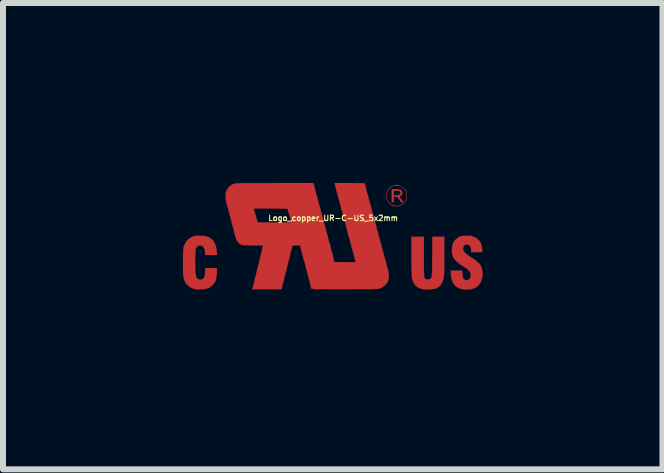
<source format=kicad_pcb>
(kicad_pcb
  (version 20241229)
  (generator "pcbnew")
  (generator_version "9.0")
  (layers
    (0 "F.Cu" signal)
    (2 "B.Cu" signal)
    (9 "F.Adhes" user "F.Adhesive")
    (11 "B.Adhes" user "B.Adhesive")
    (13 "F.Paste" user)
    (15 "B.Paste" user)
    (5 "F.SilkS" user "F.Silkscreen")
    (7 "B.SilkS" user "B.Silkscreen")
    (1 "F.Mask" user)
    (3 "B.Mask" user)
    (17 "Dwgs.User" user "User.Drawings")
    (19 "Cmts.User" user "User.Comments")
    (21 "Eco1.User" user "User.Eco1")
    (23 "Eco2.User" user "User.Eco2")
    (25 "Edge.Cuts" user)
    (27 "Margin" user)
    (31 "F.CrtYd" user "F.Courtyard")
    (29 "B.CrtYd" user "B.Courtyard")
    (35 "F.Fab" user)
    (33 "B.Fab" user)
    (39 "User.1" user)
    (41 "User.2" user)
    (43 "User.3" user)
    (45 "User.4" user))
  (footprint "Logo_copper_UR-C-US_5x2mm"
    (layer "F.Cu")
    (at 2.506 0.888)
    (property "Reference" "Logo_copper_UR-C-US_5x2mm" (at 0 -0.3 0) (layer "F.SilkS") (effects (font (size 0.091 0.091) (thickness 0.018))))
    (attr through_hole)
    (fp_poly (pts (xy 1.171 -0.569) (xy 1.166 -0.564) (xy 1.156 -0.564) (xy 1.143 -0.566) (xy 1.133 -0.572) (xy 1.13 -0.574) (xy 1.12 -0.584) (xy 1.113 -0.597) (xy 1.105 -0.61) (xy 1.092 -0.625) (xy 1.085 -0.635) (xy 1.072 -0.648) (xy 1.062 -0.655) (xy 1.049 -0.658) (xy 1.036 -0.658) (xy 1.011 -0.658) (xy 1.011 -0.61) (xy 1.011 -0.564) (xy 0.993 -0.564) (xy 0.978 -0.564) (xy 0.978 -0.673) (xy 0.978 -0.782) (xy 1.041 -0.782) (xy 1.077 -0.78) (xy 1.102 -0.777) (xy 1.12 -0.775) (xy 1.135 -0.767) (xy 1.143 -0.757) (xy 1.146 -0.752) (xy 1.156 -0.726) (xy 1.153 -0.704) (xy 1.14 -0.681) (xy 1.128 -0.671) (xy 1.128 -0.716) (xy 1.125 -0.732) (xy 1.115 -0.742) (xy 1.11 -0.749) (xy 1.102 -0.752) (xy 1.092 -0.754) (xy 1.077 -0.754) (xy 1.057 -0.754) (xy 1.011 -0.754) (xy 1.011 -0.719) (xy 1.011 -0.681) (xy 1.052 -0.681) (xy 1.072 -0.683) (xy 1.09 -0.686) (xy 1.102 -0.688) (xy 1.105 -0.688) (xy 1.12 -0.701) (xy 1.128 -0.716) (xy 1.128 -0.671) (xy 1.115 -0.66) (xy 1.113 -0.66) (xy 1.105 -0.658) (xy 1.105 -0.655) (xy 1.107 -0.648) (xy 1.118 -0.638) (xy 1.12 -0.635) (xy 1.135 -0.62) (xy 1.146 -0.602) (xy 1.151 -0.594) (xy 1.158 -0.582) (xy 1.163 -0.574) (xy 1.166 -0.574) (xy 1.171 -0.569)) (stroke (width 0.003) (type solid)) (fill yes) (layer "F.Cu"))
    (fp_poly (pts (xy 1.854 0.328) (xy 1.854 0.401) (xy 1.854 0.465) (xy 1.854 0.518) (xy 1.854 0.564) (xy 1.852 0.597) (xy 1.852 0.622) (xy 1.852 0.64) (xy 1.849 0.648) (xy 1.849 0.65) (xy 1.847 0.655) (xy 1.844 0.671) (xy 1.844 0.676) (xy 1.844 0.691) (xy 1.844 0.701) (xy 1.844 0.704) (xy 1.841 0.714) (xy 1.836 0.729) (xy 1.831 0.744) (xy 1.816 0.782) (xy 1.793 0.815) (xy 1.773 0.836) (xy 1.763 0.846) (xy 1.755 0.848) (xy 1.748 0.853) (xy 1.745 0.856) (xy 1.737 0.861) (xy 1.722 0.869) (xy 1.702 0.874) (xy 1.699 0.876) (xy 1.674 0.881) (xy 1.638 0.884) (xy 1.603 0.889) (xy 1.565 0.889) (xy 1.529 0.889) (xy 1.499 0.886) (xy 1.494 0.884) (xy 1.466 0.879) (xy 1.435 0.866) (xy 1.407 0.851) (xy 1.387 0.836) (xy 1.367 0.813) (xy 1.346 0.785) (xy 1.331 0.754) (xy 1.323 0.732) (xy 1.318 0.714) (xy 1.316 0.696) (xy 1.313 0.676) (xy 1.311 0.648) (xy 1.311 0.617) (xy 1.308 0.582) (xy 1.308 0.538) (xy 1.306 0.49) (xy 1.306 0.432) (xy 1.306 0.363) (xy 1.306 0.297) (xy 1.306 0.01) (xy 1.41 0.01) (xy 1.514 0.01) (xy 1.514 0.312) (xy 1.514 0.386) (xy 1.514 0.45) (xy 1.514 0.505) (xy 1.514 0.551) (xy 1.516 0.589) (xy 1.516 0.622) (xy 1.519 0.648) (xy 1.519 0.668) (xy 1.521 0.683) (xy 1.524 0.693) (xy 1.527 0.701) (xy 1.529 0.704) (xy 1.542 0.716) (xy 1.562 0.724) (xy 1.585 0.724) (xy 1.608 0.719) (xy 1.626 0.706) (xy 1.628 0.706) (xy 1.636 0.696) (xy 1.643 0.683) (xy 1.646 0.665) (xy 1.648 0.655) (xy 1.648 0.643) (xy 1.648 0.622) (xy 1.651 0.592) (xy 1.651 0.556) (xy 1.651 0.513) (xy 1.651 0.465) (xy 1.651 0.414) (xy 1.654 0.358) (xy 1.654 0.312) (xy 1.654 0.01) (xy 1.753 0.01) (xy 1.854 0.01) (xy 1.854 0.328)) (stroke (width 0.003) (type solid)) (fill yes) (layer "F.Cu"))
    (fp_poly (pts (xy 1.229 -0.678) (xy 1.229 -0.643) (xy 1.224 -0.615) (xy 1.224 -0.671) (xy 1.224 -0.676) (xy 1.224 -0.701) (xy 1.224 -0.719) (xy 1.222 -0.732) (xy 1.217 -0.742) (xy 1.212 -0.754) (xy 1.212 -0.757) (xy 1.196 -0.777) (xy 1.173 -0.798) (xy 1.151 -0.818) (xy 1.128 -0.831) (xy 1.123 -0.833) (xy 1.102 -0.838) (xy 1.077 -0.841) (xy 1.046 -0.841) (xy 1.016 -0.838) (xy 0.993 -0.831) (xy 0.986 -0.828) (xy 0.953 -0.808) (xy 0.927 -0.78) (xy 0.904 -0.744) (xy 0.892 -0.706) (xy 0.886 -0.671) (xy 0.894 -0.632) (xy 0.909 -0.597) (xy 0.93 -0.564) (xy 0.94 -0.554) (xy 0.955 -0.541) (xy 0.975 -0.528) (xy 0.996 -0.518) (xy 1.013 -0.513) (xy 1.016 -0.513) (xy 1.029 -0.511) (xy 1.034 -0.505) (xy 1.039 -0.503) (xy 1.054 -0.503) (xy 1.059 -0.5) (xy 1.074 -0.503) (xy 1.082 -0.505) (xy 1.085 -0.505) (xy 1.092 -0.511) (xy 1.1 -0.513) (xy 1.118 -0.516) (xy 1.138 -0.526) (xy 1.161 -0.541) (xy 1.181 -0.561) (xy 1.201 -0.579) (xy 1.212 -0.594) (xy 1.217 -0.607) (xy 1.222 -0.617) (xy 1.222 -0.63) (xy 1.224 -0.648) (xy 1.224 -0.671) (xy 1.224 -0.615) (xy 1.217 -0.592) (xy 1.201 -0.572) (xy 1.181 -0.551) (xy 1.153 -0.531) (xy 1.146 -0.526) (xy 1.128 -0.513) (xy 1.113 -0.505) (xy 1.1 -0.503) (xy 1.082 -0.5) (xy 1.072 -0.5) (xy 1.052 -0.498) (xy 1.034 -0.498) (xy 1.021 -0.5) (xy 1.003 -0.505) (xy 0.98 -0.518) (xy 0.958 -0.533) (xy 0.937 -0.549) (xy 0.93 -0.556) (xy 0.912 -0.582) (xy 0.897 -0.612) (xy 0.886 -0.645) (xy 0.884 -0.658) (xy 0.884 -0.691) (xy 0.892 -0.726) (xy 0.907 -0.759) (xy 0.93 -0.792) (xy 0.937 -0.8) (xy 0.958 -0.818) (xy 0.98 -0.831) (xy 1.001 -0.841) (xy 1.019 -0.843) (xy 1.029 -0.846) (xy 1.034 -0.848) (xy 1.041 -0.853) (xy 1.054 -0.853) (xy 1.069 -0.853) (xy 1.082 -0.851) (xy 1.087 -0.848) (xy 1.097 -0.846) (xy 1.113 -0.841) (xy 1.115 -0.838) (xy 1.133 -0.831) (xy 1.153 -0.818) (xy 1.176 -0.8) (xy 1.196 -0.782) (xy 1.212 -0.765) (xy 1.219 -0.754) (xy 1.224 -0.742) (xy 1.227 -0.729) (xy 1.229 -0.711) (xy 1.229 -0.688) (xy 1.229 -0.678)) (stroke (width 0.003) (type solid)) (fill yes) (layer "F.Cu"))
    (fp_poly (pts (xy -1.935 0.315) (xy -2.035 0.315) (xy -2.134 0.315) (xy -2.136 0.272) (xy -2.141 0.236) (xy -2.151 0.206) (xy -2.164 0.18) (xy -2.179 0.165) (xy -2.189 0.16) (xy -2.215 0.155) (xy -2.24 0.157) (xy -2.263 0.168) (xy -2.278 0.185) (xy -2.283 0.193) (xy -2.289 0.211) (xy -2.294 0.241) (xy -2.296 0.279) (xy -2.299 0.325) (xy -2.301 0.378) (xy -2.301 0.434) (xy -2.299 0.495) (xy -2.299 0.549) (xy -2.296 0.594) (xy -2.294 0.63) (xy -2.289 0.658) (xy -2.283 0.678) (xy -2.278 0.693) (xy -2.273 0.701) (xy -2.253 0.716) (xy -2.228 0.724) (xy -2.202 0.724) (xy -2.187 0.721) (xy -2.172 0.711) (xy -2.159 0.699) (xy -2.151 0.686) (xy -2.151 0.678) (xy -2.146 0.668) (xy -2.144 0.665) (xy -2.141 0.66) (xy -2.139 0.645) (xy -2.136 0.622) (xy -2.136 0.599) (xy -2.134 0.533) (xy -2.035 0.533) (xy -1.938 0.533) (xy -1.938 0.582) (xy -1.938 0.617) (xy -1.943 0.653) (xy -1.948 0.688) (xy -1.953 0.721) (xy -1.958 0.737) (xy -1.976 0.772) (xy -2.002 0.805) (xy -2.032 0.836) (xy -2.065 0.861) (xy -2.073 0.864) (xy -2.093 0.871) (xy -2.121 0.879) (xy -2.154 0.884) (xy -2.189 0.889) (xy -2.228 0.889) (xy -2.261 0.889) (xy -2.289 0.886) (xy -2.296 0.884) (xy -2.319 0.879) (xy -2.342 0.871) (xy -2.362 0.864) (xy -2.377 0.859) (xy -2.385 0.851) (xy -2.393 0.846) (xy -2.395 0.843) (xy -2.403 0.841) (xy -2.413 0.831) (xy -2.426 0.818) (xy -2.441 0.803) (xy -2.454 0.79) (xy -2.464 0.777) (xy -2.466 0.772) (xy -2.469 0.765) (xy -2.474 0.752) (xy -2.477 0.747) (xy -2.482 0.734) (xy -2.484 0.726) (xy -2.484 0.724) (xy -2.487 0.719) (xy -2.489 0.714) (xy -2.492 0.701) (xy -2.497 0.683) (xy -2.499 0.66) (xy -2.502 0.63) (xy -2.504 0.594) (xy -2.504 0.551) (xy -2.504 0.498) (xy -2.504 0.442) (xy -2.504 0.376) (xy -2.504 0.32) (xy -2.502 0.274) (xy -2.499 0.236) (xy -2.497 0.206) (xy -2.494 0.185) (xy -2.489 0.17) (xy -2.489 0.168) (xy -2.484 0.16) (xy -2.474 0.132) (xy -2.459 0.104) (xy -2.436 0.074) (xy -2.41 0.051) (xy -2.385 0.03) (xy -2.377 0.025) (xy -2.352 0.015) (xy -2.332 0.005) (xy -2.319 0.003) (xy -2.319 0) (xy -2.309 0) (xy -2.304 -0.003) (xy -2.294 -0.005) (xy -2.276 -0.005) (xy -2.253 -0.008) (xy -2.228 -0.008) (xy -2.2 -0.005) (xy -2.177 -0.005) (xy -2.156 -0.003) (xy -2.144 -0.003) (xy -2.139 0) (xy -2.131 0) (xy -2.129 0) (xy -2.121 0) (xy -2.113 0.003) (xy -2.101 0.008) (xy -2.085 0.015) (xy -2.07 0.023) (xy -2.055 0.03) (xy -2.037 0.043) (xy -2.019 0.056) (xy -2.004 0.069) (xy -1.996 0.079) (xy -1.994 0.081) (xy -1.991 0.089) (xy -1.986 0.102) (xy -1.979 0.114) (xy -1.961 0.15) (xy -1.948 0.196) (xy -1.941 0.249) (xy -1.941 0.262) (xy -1.935 0.315)) (stroke (width 0.003) (type solid)) (fill yes) (layer "F.Cu"))
    (fp_poly (pts (xy 2.492 0.635) (xy 2.492 0.653) (xy 2.489 0.668) (xy 2.489 0.676) (xy 2.484 0.681) (xy 2.487 0.691) (xy 2.487 0.701) (xy 2.482 0.706) (xy 2.477 0.714) (xy 2.477 0.719) (xy 2.474 0.729) (xy 2.471 0.744) (xy 2.466 0.759) (xy 2.456 0.775) (xy 2.446 0.792) (xy 2.431 0.813) (xy 2.418 0.828) (xy 2.405 0.838) (xy 2.398 0.843) (xy 2.395 0.843) (xy 2.388 0.848) (xy 2.385 0.851) (xy 2.377 0.856) (xy 2.365 0.864) (xy 2.347 0.871) (xy 2.344 0.874) (xy 2.327 0.879) (xy 2.309 0.884) (xy 2.291 0.886) (xy 2.268 0.886) (xy 2.243 0.889) (xy 2.215 0.889) (xy 2.189 0.889) (xy 2.169 0.886) (xy 2.156 0.886) (xy 2.108 0.874) (xy 2.068 0.853) (xy 2.035 0.826) (xy 2.019 0.81) (xy 2.009 0.795) (xy 1.999 0.775) (xy 1.989 0.754) (xy 1.981 0.734) (xy 1.979 0.721) (xy 1.979 0.719) (xy 1.976 0.711) (xy 1.974 0.709) (xy 1.971 0.701) (xy 1.968 0.686) (xy 1.966 0.663) (xy 1.966 0.64) (xy 1.961 0.574) (xy 2.057 0.574) (xy 2.154 0.574) (xy 2.156 0.627) (xy 2.159 0.653) (xy 2.162 0.673) (xy 2.164 0.688) (xy 2.167 0.693) (xy 2.174 0.709) (xy 2.184 0.719) (xy 2.192 0.726) (xy 2.197 0.726) (xy 2.202 0.729) (xy 2.205 0.729) (xy 2.212 0.734) (xy 2.223 0.734) (xy 2.235 0.734) (xy 2.245 0.732) (xy 2.248 0.729) (xy 2.253 0.724) (xy 2.261 0.721) (xy 2.273 0.714) (xy 2.283 0.706) (xy 2.289 0.688) (xy 2.294 0.668) (xy 2.294 0.643) (xy 2.291 0.625) (xy 2.291 0.62) (xy 2.286 0.61) (xy 2.276 0.594) (xy 2.266 0.579) (xy 2.253 0.564) (xy 2.243 0.554) (xy 2.238 0.549) (xy 2.233 0.546) (xy 2.22 0.538) (xy 2.202 0.526) (xy 2.192 0.521) (xy 2.174 0.505) (xy 2.154 0.493) (xy 2.141 0.485) (xy 2.136 0.483) (xy 2.123 0.475) (xy 2.113 0.465) (xy 2.106 0.457) (xy 2.101 0.455) (xy 2.093 0.452) (xy 2.083 0.442) (xy 2.065 0.429) (xy 2.05 0.411) (xy 2.029 0.391) (xy 2.017 0.376) (xy 2.007 0.363) (xy 2.002 0.348) (xy 1.994 0.333) (xy 1.989 0.315) (xy 1.986 0.297) (xy 1.984 0.277) (xy 1.981 0.249) (xy 1.981 0.234) (xy 1.984 0.193) (xy 1.986 0.163) (xy 1.994 0.135) (xy 2.004 0.107) (xy 2.007 0.102) (xy 2.014 0.089) (xy 2.029 0.071) (xy 2.047 0.053) (xy 2.068 0.036) (xy 2.083 0.023) (xy 2.095 0.015) (xy 2.111 0.01) (xy 2.121 0.005) (xy 2.134 0.003) (xy 2.136 0) (xy 2.146 0) (xy 2.154 -0.003) (xy 2.162 -0.003) (xy 2.179 -0.005) (xy 2.202 -0.005) (xy 2.228 -0.008) (xy 2.253 -0.005) (xy 2.278 -0.005) (xy 2.296 -0.005) (xy 2.306 -0.003) (xy 2.309 -0.003) (xy 2.319 0) (xy 2.322 0.003) (xy 2.332 0.005) (xy 2.347 0.013) (xy 2.365 0.018) (xy 2.375 0.023) (xy 2.39 0.033) (xy 2.408 0.048) (xy 2.426 0.066) (xy 2.443 0.084) (xy 2.456 0.102) (xy 2.459 0.107) (xy 2.464 0.119) (xy 2.469 0.137) (xy 2.471 0.155) (xy 2.477 0.173) (xy 2.482 0.185) (xy 2.484 0.191) (xy 2.484 0.198) (xy 2.487 0.211) (xy 2.487 0.229) (xy 2.484 0.267) (xy 2.393 0.267) (xy 2.301 0.269) (xy 2.301 0.241) (xy 2.299 0.218) (xy 2.294 0.196) (xy 2.291 0.185) (xy 2.283 0.168) (xy 2.276 0.157) (xy 2.263 0.147) (xy 2.24 0.14) (xy 2.215 0.14) (xy 2.195 0.15) (xy 2.179 0.165) (xy 2.169 0.188) (xy 2.167 0.211) (xy 2.169 0.229) (xy 2.177 0.246) (xy 2.189 0.267) (xy 2.212 0.287) (xy 2.24 0.312) (xy 2.276 0.338) (xy 2.291 0.348) (xy 2.306 0.358) (xy 2.314 0.361) (xy 2.322 0.366) (xy 2.334 0.373) (xy 2.352 0.386) (xy 2.372 0.401) (xy 2.39 0.417) (xy 2.408 0.432) (xy 2.423 0.445) (xy 2.426 0.447) (xy 2.443 0.465) (xy 2.459 0.485) (xy 2.469 0.503) (xy 2.471 0.518) (xy 2.474 0.528) (xy 2.479 0.541) (xy 2.484 0.554) (xy 2.487 0.564) (xy 2.487 0.574) (xy 2.487 0.577) (xy 2.489 0.584) (xy 2.492 0.597) (xy 2.492 0.615) (xy 2.492 0.635)) (stroke (width 0.003) (type solid)) (fill yes) (layer "F.Cu"))
    (fp_poly (pts (xy 0.93 0.655) (xy 0.927 0.704) (xy 0.917 0.744) (xy 0.907 0.77) (xy 0.879 0.805) (xy 0.846 0.836) (xy 0.808 0.859) (xy 0.767 0.876) (xy 0.747 0.881) (xy 0.737 0.881) (xy 0.716 0.881) (xy 0.688 0.881) (xy 0.65 0.884) (xy 0.602 0.884) (xy 0.549 0.884) (xy 0.485 0.884) (xy 0.417 0.884) (xy 0.343 0.884) (xy 0.262 0.886) (xy 0.18 0.886) (xy 0.094 0.886) (xy 0.015 0.886) (xy -0.051 0.886) (xy -0.109 0.884) (xy -0.163 0.884) (xy -0.206 0.884) (xy -0.244 0.884) (xy -0.274 0.884) (xy -0.3 0.884) (xy -0.32 0.881) (xy -0.335 0.881) (xy -0.348 0.879) (xy -0.356 0.879) (xy -0.361 0.876) (xy -0.366 0.874) (xy -0.366 0.871) (xy -0.366 0.869) (xy -0.366 0.866) (xy -0.368 0.856) (xy -0.371 0.838) (xy -0.376 0.818) (xy -0.384 0.792) (xy -0.389 0.767) (xy -0.396 0.744) (xy -0.401 0.724) (xy -0.406 0.714) (xy -0.406 0.711) (xy -0.411 0.699) (xy -0.414 0.688) (xy -0.414 0.681) (xy -0.419 0.663) (xy -0.422 0.643) (xy -0.429 0.62) (xy -0.434 0.597) (xy -0.439 0.579) (xy -0.445 0.566) (xy -0.445 0.561) (xy -0.45 0.551) (xy -0.455 0.531) (xy -0.46 0.505) (xy -0.467 0.472) (xy -0.475 0.439) (xy -0.475 0.437) (xy -0.48 0.422) (xy -0.485 0.411) (xy -0.488 0.409) (xy -0.49 0.404) (xy -0.49 0.399) (xy -0.493 0.386) (xy -0.493 0.384) (xy -0.495 0.373) (xy -0.5 0.358) (xy -0.505 0.338) (xy -0.511 0.315) (xy -0.516 0.292) (xy -0.521 0.269) (xy -0.526 0.257) (xy -0.528 0.249) (xy -0.531 0.241) (xy -0.531 0.239) (xy -0.531 0.231) (xy -0.536 0.226) (xy -0.538 0.213) (xy -0.544 0.196) (xy -0.544 0.193) (xy -0.551 0.157) (xy -0.615 0.155) (xy -0.64 0.155) (xy -0.658 0.155) (xy -0.671 0.157) (xy -0.678 0.163) (xy -0.683 0.173) (xy -0.686 0.188) (xy -0.688 0.203) (xy -0.693 0.221) (xy -0.696 0.234) (xy -0.696 -0.231) (xy -0.704 -0.236) (xy -0.704 -0.241) (xy -0.706 -0.249) (xy -0.709 -0.267) (xy -0.714 -0.287) (xy -0.719 -0.312) (xy -0.726 -0.335) (xy -0.732 -0.358) (xy -0.737 -0.373) (xy -0.739 -0.384) (xy -0.742 -0.386) (xy -0.744 -0.396) (xy -0.744 -0.401) (xy -0.742 -0.406) (xy -0.744 -0.409) (xy -0.747 -0.414) (xy -0.752 -0.424) (xy -0.754 -0.432) (xy -0.757 -0.457) (xy -1.041 -0.46) (xy -1.326 -0.46) (xy -1.311 -0.409) (xy -1.306 -0.389) (xy -1.3 -0.371) (xy -1.295 -0.358) (xy -1.295 -0.356) (xy -1.293 -0.351) (xy -1.288 -0.338) (xy -1.285 -0.325) (xy -1.28 -0.302) (xy -1.273 -0.277) (xy -1.27 -0.269) (xy -1.265 -0.251) (xy -1.262 -0.239) (xy -1.26 -0.234) (xy -1.257 -0.231) (xy -1.252 -0.231) (xy -1.24 -0.229) (xy -1.222 -0.229) (xy -1.196 -0.229) (xy -1.163 -0.229) (xy -1.125 -0.229) (xy -1.077 -0.226) (xy -1.019 -0.226) (xy -0.975 -0.226) (xy -0.922 -0.229) (xy -0.871 -0.229) (xy -0.828 -0.229) (xy -0.787 -0.229) (xy -0.754 -0.229) (xy -0.726 -0.229) (xy -0.709 -0.229) (xy -0.699 -0.231) (xy -0.696 -0.231) (xy -0.696 0.234) (xy -0.699 0.236) (xy -0.701 0.244) (xy -0.704 0.257) (xy -0.709 0.277) (xy -0.716 0.302) (xy -0.719 0.32) (xy -0.726 0.348) (xy -0.732 0.371) (xy -0.737 0.391) (xy -0.739 0.401) (xy -0.742 0.404) (xy -0.744 0.411) (xy -0.744 0.414) (xy -0.744 0.424) (xy -0.744 0.427) (xy -0.747 0.434) (xy -0.752 0.447) (xy -0.757 0.47) (xy -0.762 0.493) (xy -0.765 0.495) (xy -0.77 0.521) (xy -0.775 0.544) (xy -0.78 0.559) (xy -0.782 0.566) (xy -0.785 0.574) (xy -0.782 0.577) (xy -0.782 0.587) (xy -0.785 0.592) (xy -0.787 0.599) (xy -0.792 0.615) (xy -0.798 0.635) (xy -0.805 0.66) (xy -0.808 0.673) (xy -0.813 0.701) (xy -0.82 0.724) (xy -0.823 0.744) (xy -0.828 0.757) (xy -0.828 0.759) (xy -0.831 0.767) (xy -0.836 0.785) (xy -0.841 0.805) (xy -0.843 0.815) (xy -0.848 0.838) (xy -0.853 0.856) (xy -0.856 0.871) (xy -0.856 0.874) (xy -0.859 0.886) (xy -1.102 0.886) (xy -1.349 0.886) (xy -1.344 0.869) (xy -1.341 0.856) (xy -1.336 0.846) (xy -1.333 0.841) (xy -1.331 0.826) (xy -1.326 0.803) (xy -1.318 0.777) (xy -1.313 0.749) (xy -1.306 0.719) (xy -1.303 0.699) (xy -1.298 0.686) (xy -1.295 0.676) (xy -1.293 0.668) (xy -1.288 0.653) (xy -1.283 0.632) (xy -1.278 0.607) (xy -1.275 0.592) (xy -1.267 0.564) (xy -1.262 0.538) (xy -1.257 0.521) (xy -1.255 0.508) (xy -1.252 0.505) (xy -1.25 0.495) (xy -1.247 0.48) (xy -1.242 0.457) (xy -1.234 0.429) (xy -1.232 0.419) (xy -1.227 0.391) (xy -1.219 0.366) (xy -1.214 0.348) (xy -1.212 0.335) (xy -1.212 0.333) (xy -1.206 0.323) (xy -1.209 0.318) (xy -1.209 0.31) (xy -1.206 0.307) (xy -1.204 0.3) (xy -1.199 0.284) (xy -1.194 0.264) (xy -1.189 0.241) (xy -1.189 0.236) (xy -1.184 0.213) (xy -1.179 0.191) (xy -1.173 0.175) (xy -1.171 0.168) (xy -1.168 0.16) (xy -1.168 0.157) (xy -1.173 0.157) (xy -1.189 0.155) (xy -1.212 0.155) (xy -1.242 0.155) (xy -1.275 0.155) (xy -1.313 0.155) (xy -1.328 0.155) (xy -1.369 0.155) (xy -1.407 0.152) (xy -1.443 0.152) (xy -1.473 0.152) (xy -1.496 0.15) (xy -1.511 0.15) (xy -1.539 0.14) (xy -1.567 0.122) (xy -1.59 0.097) (xy -1.61 0.069) (xy -1.621 0.038) (xy -1.623 0.025) (xy -1.628 0.013) (xy -1.631 0.003) (xy -1.633 -0.003) (xy -1.633 -0.01) (xy -1.633 -0.018) (xy -1.636 -0.02) (xy -1.641 -0.023) (xy -1.643 -0.036) (xy -1.648 -0.056) (xy -1.654 -0.081) (xy -1.659 -0.107) (xy -1.666 -0.13) (xy -1.671 -0.15) (xy -1.674 -0.165) (xy -1.679 -0.173) (xy -1.681 -0.18) (xy -1.687 -0.193) (xy -1.687 -0.196) (xy -1.692 -0.221) (xy -1.697 -0.246) (xy -1.704 -0.274) (xy -1.709 -0.297) (xy -1.714 -0.318) (xy -1.72 -0.33) (xy -1.72 -0.333) (xy -1.722 -0.343) (xy -1.727 -0.358) (xy -1.732 -0.381) (xy -1.74 -0.406) (xy -1.74 -0.414) (xy -1.748 -0.439) (xy -1.755 -0.465) (xy -1.76 -0.485) (xy -1.763 -0.498) (xy -1.773 -0.521) (xy -1.778 -0.551) (xy -1.786 -0.587) (xy -1.791 -0.62) (xy -1.793 -0.653) (xy -1.793 -0.673) (xy -1.791 -0.716) (xy -1.783 -0.752) (xy -1.765 -0.785) (xy -1.74 -0.815) (xy -1.737 -0.82) (xy -1.702 -0.848) (xy -1.664 -0.869) (xy -1.621 -0.879) (xy -1.61 -0.881) (xy -1.59 -0.881) (xy -1.56 -0.881) (xy -1.519 -0.884) (xy -1.471 -0.884) (xy -1.415 -0.884) (xy -1.349 -0.884) (xy -1.275 -0.884) (xy -1.194 -0.884) (xy -1.105 -0.884) (xy -1.008 -0.884) (xy -0.96 -0.886) (xy -0.33 -0.886) (xy -0.328 -0.871) (xy -0.323 -0.859) (xy -0.32 -0.851) (xy -0.318 -0.843) (xy -0.318 -0.841) (xy -0.315 -0.833) (xy -0.312 -0.828) (xy -0.312 -0.82) (xy -0.307 -0.805) (xy -0.302 -0.782) (xy -0.295 -0.757) (xy -0.295 -0.752) (xy -0.287 -0.726) (xy -0.282 -0.704) (xy -0.277 -0.686) (xy -0.274 -0.676) (xy -0.269 -0.665) (xy -0.267 -0.65) (xy -0.259 -0.627) (xy -0.254 -0.602) (xy -0.251 -0.597) (xy -0.246 -0.572) (xy -0.241 -0.549) (xy -0.236 -0.531) (xy -0.231 -0.521) (xy -0.229 -0.511) (xy -0.224 -0.495) (xy -0.218 -0.472) (xy -0.211 -0.447) (xy -0.211 -0.445) (xy -0.206 -0.419) (xy -0.198 -0.396) (xy -0.193 -0.378) (xy -0.191 -0.371) (xy -0.191 -0.368) (xy -0.188 -0.361) (xy -0.183 -0.343) (xy -0.178 -0.323) (xy -0.173 -0.3) (xy -0.168 -0.279) (xy -0.163 -0.259) (xy -0.16 -0.246) (xy -0.16 -0.241) (xy -0.157 -0.234) (xy -0.152 -0.221) (xy -0.147 -0.208) (xy -0.142 -0.191) (xy -0.137 -0.165) (xy -0.13 -0.14) (xy -0.13 -0.137) (xy -0.122 -0.109) (xy -0.117 -0.089) (xy -0.112 -0.071) (xy -0.109 -0.061) (xy -0.107 -0.051) (xy -0.104 -0.048) (xy -0.102 -0.038) (xy -0.102 -0.036) (xy -0.099 -0.028) (xy -0.094 -0.01) (xy -0.089 0.008) (xy -0.084 0.028) (xy -0.079 0.051) (xy -0.074 0.071) (xy -0.069 0.086) (xy -0.069 0.091) (xy -0.066 0.104) (xy -0.066 0.107) (xy -0.064 0.112) (xy -0.061 0.112) (xy -0.056 0.117) (xy -0.056 0.122) (xy -0.053 0.13) (xy -0.051 0.145) (xy -0.046 0.168) (xy -0.041 0.191) (xy -0.036 0.213) (xy -0.03 0.236) (xy -0.025 0.254) (xy -0.02 0.264) (xy -0.02 0.267) (xy -0.018 0.272) (xy -0.013 0.287) (xy -0.008 0.307) (xy -0.003 0.335) (xy 0 0.345) (xy 0.005 0.373) (xy 0.01 0.396) (xy 0.015 0.414) (xy 0.02 0.427) (xy 0.025 0.429) (xy 0.033 0.432) (xy 0.048 0.432) (xy 0.071 0.434) (xy 0.102 0.434) (xy 0.14 0.434) (xy 0.185 0.434) (xy 0.201 0.434) (xy 0.249 0.434) (xy 0.287 0.434) (xy 0.318 0.434) (xy 0.34 0.434) (xy 0.356 0.432) (xy 0.366 0.432) (xy 0.371 0.429) (xy 0.376 0.429) (xy 0.376 0.427) (xy 0.376 0.424) (xy 0.373 0.414) (xy 0.368 0.401) (xy 0.366 0.389) (xy 0.361 0.381) (xy 0.358 0.373) (xy 0.356 0.358) (xy 0.351 0.338) (xy 0.343 0.312) (xy 0.34 0.305) (xy 0.335 0.279) (xy 0.33 0.257) (xy 0.325 0.239) (xy 0.323 0.229) (xy 0.323 0.226) (xy 0.318 0.216) (xy 0.318 0.213) (xy 0.315 0.206) (xy 0.31 0.193) (xy 0.307 0.183) (xy 0.305 0.175) (xy 0.302 0.165) (xy 0.3 0.15) (xy 0.295 0.13) (xy 0.29 0.107) (xy 0.284 0.084) (xy 0.279 0.066) (xy 0.274 0.053) (xy 0.274 0.048) (xy 0.269 0.038) (xy 0.267 0.023) (xy 0.259 0) (xy 0.254 -0.02) (xy 0.246 -0.046) (xy 0.241 -0.066) (xy 0.239 -0.084) (xy 0.236 -0.094) (xy 0.236 -0.102) (xy 0.234 -0.102) (xy 0.231 -0.107) (xy 0.226 -0.119) (xy 0.224 -0.132) (xy 0.213 -0.175) (xy 0.206 -0.208) (xy 0.198 -0.234) (xy 0.193 -0.251) (xy 0.191 -0.257) (xy 0.188 -0.264) (xy 0.183 -0.282) (xy 0.178 -0.302) (xy 0.17 -0.328) (xy 0.17 -0.333) (xy 0.163 -0.358) (xy 0.157 -0.381) (xy 0.152 -0.399) (xy 0.15 -0.409) (xy 0.15 -0.411) (xy 0.145 -0.419) (xy 0.142 -0.437) (xy 0.135 -0.46) (xy 0.13 -0.485) (xy 0.127 -0.488) (xy 0.122 -0.513) (xy 0.117 -0.536) (xy 0.112 -0.554) (xy 0.107 -0.561) (xy 0.104 -0.572) (xy 0.104 -0.577) (xy 0.104 -0.584) (xy 0.102 -0.587) (xy 0.099 -0.594) (xy 0.097 -0.61) (xy 0.089 -0.63) (xy 0.084 -0.653) (xy 0.079 -0.676) (xy 0.074 -0.696) (xy 0.069 -0.711) (xy 0.066 -0.716) (xy 0.064 -0.726) (xy 0.061 -0.737) (xy 0.061 -0.739) (xy 0.058 -0.747) (xy 0.053 -0.762) (xy 0.048 -0.785) (xy 0.043 -0.808) (xy 0.036 -0.833) (xy 0.03 -0.856) (xy 0.028 -0.874) (xy 0.025 -0.886) (xy 0.272 -0.886) (xy 0.33 -0.886) (xy 0.378 -0.884) (xy 0.417 -0.884) (xy 0.45 -0.884) (xy 0.475 -0.884) (xy 0.493 -0.884) (xy 0.508 -0.881) (xy 0.516 -0.881) (xy 0.523 -0.879) (xy 0.526 -0.879) (xy 0.531 -0.869) (xy 0.533 -0.864) (xy 0.533 -0.853) (xy 0.533 -0.848) (xy 0.536 -0.841) (xy 0.541 -0.826) (xy 0.546 -0.805) (xy 0.551 -0.785) (xy 0.556 -0.762) (xy 0.561 -0.742) (xy 0.566 -0.726) (xy 0.569 -0.721) (xy 0.569 -0.714) (xy 0.569 -0.709) (xy 0.572 -0.701) (xy 0.574 -0.699) (xy 0.579 -0.693) (xy 0.579 -0.691) (xy 0.582 -0.681) (xy 0.584 -0.665) (xy 0.589 -0.645) (xy 0.594 -0.62) (xy 0.602 -0.597) (xy 0.607 -0.574) (xy 0.612 -0.556) (xy 0.615 -0.546) (xy 0.62 -0.536) (xy 0.622 -0.521) (xy 0.63 -0.498) (xy 0.635 -0.472) (xy 0.638 -0.467) (xy 0.643 -0.442) (xy 0.648 -0.419) (xy 0.653 -0.404) (xy 0.655 -0.394) (xy 0.658 -0.394) (xy 0.66 -0.384) (xy 0.663 -0.368) (xy 0.671 -0.348) (xy 0.676 -0.323) (xy 0.678 -0.312) (xy 0.683 -0.287) (xy 0.691 -0.264) (xy 0.696 -0.246) (xy 0.699 -0.239) (xy 0.699 -0.236) (xy 0.701 -0.231) (xy 0.704 -0.218) (xy 0.709 -0.201) (xy 0.716 -0.178) (xy 0.721 -0.157) (xy 0.726 -0.137) (xy 0.729 -0.122) (xy 0.729 -0.112) (xy 0.732 -0.104) (xy 0.737 -0.091) (xy 0.742 -0.079) (xy 0.747 -0.061) (xy 0.752 -0.036) (xy 0.759 -0.01) (xy 0.762 0.003) (xy 0.77 0.028) (xy 0.777 0.053) (xy 0.782 0.074) (xy 0.785 0.086) (xy 0.787 0.089) (xy 0.79 0.099) (xy 0.795 0.114) (xy 0.8 0.137) (xy 0.805 0.163) (xy 0.808 0.168) (xy 0.813 0.193) (xy 0.82 0.216) (xy 0.826 0.234) (xy 0.828 0.244) (xy 0.831 0.254) (xy 0.836 0.269) (xy 0.843 0.292) (xy 0.848 0.318) (xy 0.848 0.32) (xy 0.856 0.345) (xy 0.861 0.368) (xy 0.866 0.386) (xy 0.869 0.396) (xy 0.871 0.404) (xy 0.876 0.422) (xy 0.884 0.442) (xy 0.889 0.47) (xy 0.892 0.475) (xy 0.897 0.5) (xy 0.904 0.523) (xy 0.907 0.541) (xy 0.912 0.551) (xy 0.914 0.559) (xy 0.919 0.574) (xy 0.922 0.594) (xy 0.925 0.605) (xy 0.93 0.655)) (stroke (width 0.003) (type solid)) (fill yes) (layer "F.Cu")))
  (gr_rect
    (start -3 -3)
    (end 7.999 4.778)
    (stroke (width 0.1) (type default))
    (fill no)
    (layer "Edge.Cuts")))
</source>
